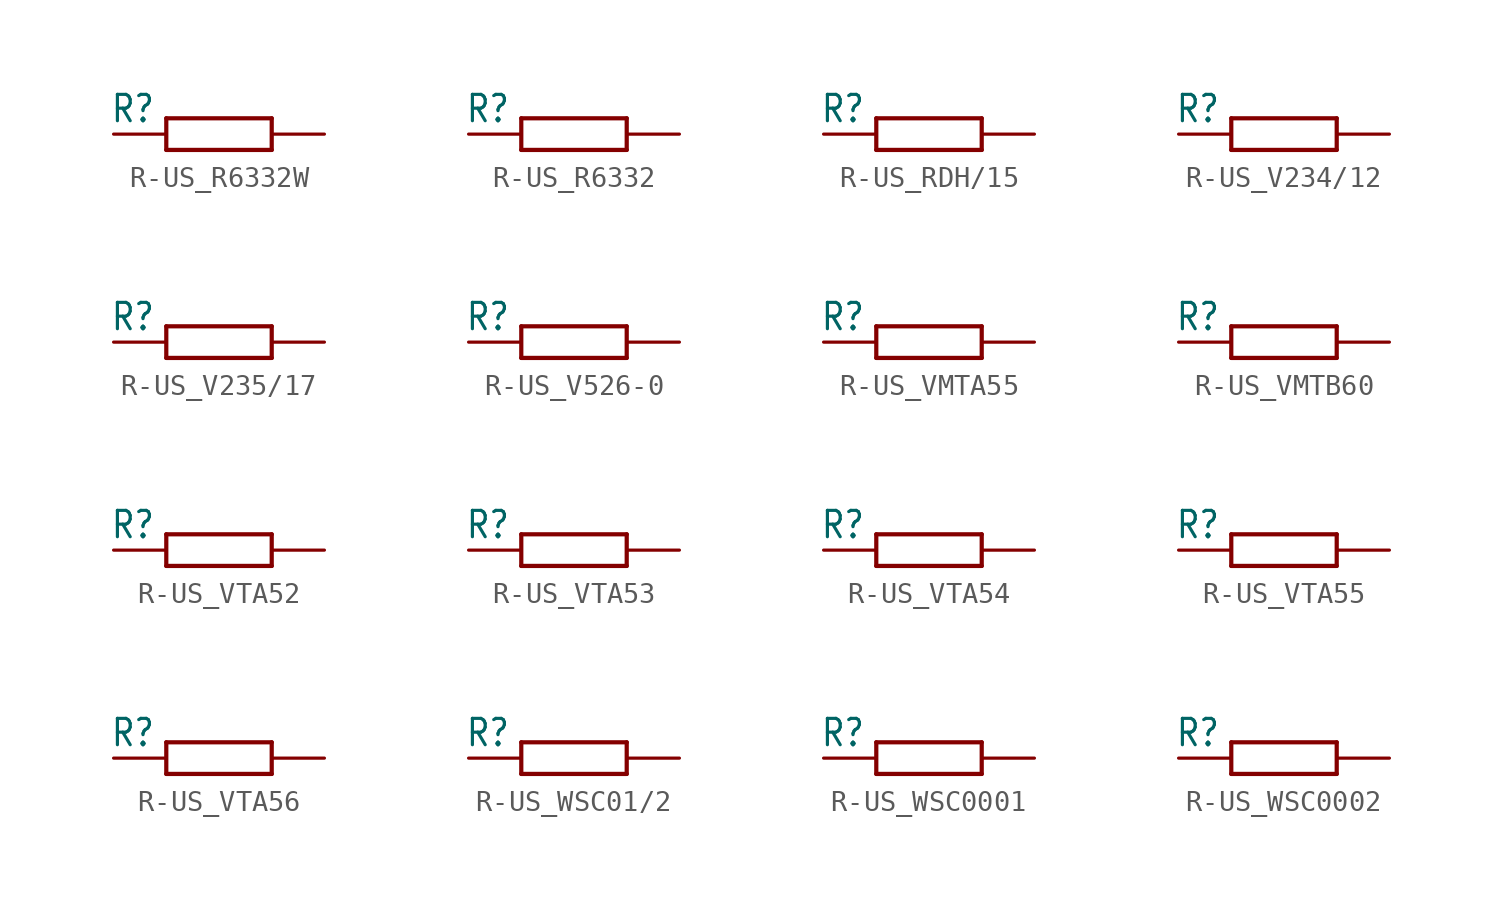
<source format=kicad_sym>
(kicad_symbol_lib
  (version 20231120)
  (generator "kicad_symbol_editor")
  (generator_version "8.99")
  (symbol "R-US_R6332W"
    (property "Reference" "R"
      (at -3.048 0.483 0)
      (effects (font (size 1.27 1.079)) (justify right bottom)))
    (property "Value" ""
      (at 0 0 0)
      (effects (font (size 1.016 0.864))))
    (property "ki_locked" ""
      (at 0 0 0)
      (effects (font (size 1.27 1.27))))
    (symbol "R-US_R6332W_1_0"
      (polyline (pts (xy -2.54 -0.762) (xy -2.54 0.762)) (stroke (width 0.203) (type solid)) (fill (type none)))
      (polyline (pts (xy -2.54 0.762) (xy 2.54 0.762)) (stroke (width 0.203) (type solid)) (fill (type none)))
      (polyline (pts (xy 2.54 -0.762) (xy -2.54 -0.762)) (stroke (width 0.203) (type solid)) (fill (type none)))
      (polyline (pts (xy 2.54 0.762) (xy 2.54 -0.762)) (stroke (width 0.203) (type solid)) (fill (type none)))
      (pin passive line (at -5.08 0 0) (length 2.54) (name "1" (effects (font (size 0 0)))) (number "1" (effects (font (size 0 0)))))
      (pin passive line (at 5.08 0 180) (length 2.54) (name "2" (effects (font (size 0 0)))) (number "2" (effects (font (size 0 0)))))))
  (symbol "R-US_R6332"
    (property "Reference" "R"
      (at -3.048 0.483 0)
      (effects (font (size 1.27 1.079)) (justify right bottom)))
    (property "Value" ""
      (at 0 0 0)
      (effects (font (size 1.016 0.864))))
    (property "ki_locked" ""
      (at 0 0 0)
      (effects (font (size 1.27 1.27))))
    (symbol "R-US_R6332_1_0"
      (polyline (pts (xy -2.54 -0.762) (xy -2.54 0.762)) (stroke (width 0.203) (type solid)) (fill (type none)))
      (polyline (pts (xy -2.54 0.762) (xy 2.54 0.762)) (stroke (width 0.203) (type solid)) (fill (type none)))
      (polyline (pts (xy 2.54 -0.762) (xy -2.54 -0.762)) (stroke (width 0.203) (type solid)) (fill (type none)))
      (polyline (pts (xy 2.54 0.762) (xy 2.54 -0.762)) (stroke (width 0.203) (type solid)) (fill (type none)))
      (pin passive line (at -5.08 0 0) (length 2.54) (name "1" (effects (font (size 0 0)))) (number "1" (effects (font (size 0 0)))))
      (pin passive line (at 5.08 0 180) (length 2.54) (name "2" (effects (font (size 0 0)))) (number "2" (effects (font (size 0 0)))))))
  (symbol "R-US_RDH/15"
    (property "Reference" "R"
      (at -3.048 0.483 0)
      (effects (font (size 1.27 1.079)) (justify right bottom)))
    (property "Value" ""
      (at 0 0 0)
      (effects (font (size 1.016 0.864))))
    (property "ki_locked" ""
      (at 0 0 0)
      (effects (font (size 1.27 1.27))))
    (symbol "R-US_RDH/15_1_0"
      (polyline (pts (xy -2.54 -0.762) (xy -2.54 0.762)) (stroke (width 0.203) (type solid)) (fill (type none)))
      (polyline (pts (xy -2.54 0.762) (xy 2.54 0.762)) (stroke (width 0.203) (type solid)) (fill (type none)))
      (polyline (pts (xy 2.54 -0.762) (xy -2.54 -0.762)) (stroke (width 0.203) (type solid)) (fill (type none)))
      (polyline (pts (xy 2.54 0.762) (xy 2.54 -0.762)) (stroke (width 0.203) (type solid)) (fill (type none)))
      (pin passive line (at -5.08 0 0) (length 2.54) (name "1" (effects (font (size 0 0)))) (number "1" (effects (font (size 0 0)))))
      (pin passive line (at 5.08 0 180) (length 2.54) (name "2" (effects (font (size 0 0)))) (number "2" (effects (font (size 0 0)))))))
  (symbol "R-US_V234/12"
    (property "Reference" "R"
      (at -3.048 0.483 0)
      (effects (font (size 1.27 1.079)) (justify right bottom)))
    (property "Value" ""
      (at 0 0 0)
      (effects (font (size 1.016 0.864))))
    (property "ki_locked" ""
      (at 0 0 0)
      (effects (font (size 1.27 1.27))))
    (symbol "R-US_V234/12_1_0"
      (polyline (pts (xy -2.54 -0.762) (xy -2.54 0.762)) (stroke (width 0.203) (type solid)) (fill (type none)))
      (polyline (pts (xy -2.54 0.762) (xy 2.54 0.762)) (stroke (width 0.203) (type solid)) (fill (type none)))
      (polyline (pts (xy 2.54 -0.762) (xy -2.54 -0.762)) (stroke (width 0.203) (type solid)) (fill (type none)))
      (polyline (pts (xy 2.54 0.762) (xy 2.54 -0.762)) (stroke (width 0.203) (type solid)) (fill (type none)))
      (pin passive line (at -5.08 0 0) (length 2.54) (name "1" (effects (font (size 0 0)))) (number "1" (effects (font (size 0 0)))))
      (pin passive line (at 5.08 0 180) (length 2.54) (name "2" (effects (font (size 0 0)))) (number "2" (effects (font (size 0 0)))))))
  (symbol "R-US_V235/17"
    (property "Reference" "R"
      (at -3.048 0.483 0)
      (effects (font (size 1.27 1.079)) (justify right bottom)))
    (property "Value" ""
      (at 0 0 0)
      (effects (font (size 1.016 0.864))))
    (property "ki_locked" ""
      (at 0 0 0)
      (effects (font (size 1.27 1.27))))
    (symbol "R-US_V235/17_1_0"
      (polyline (pts (xy -2.54 -0.762) (xy -2.54 0.762)) (stroke (width 0.203) (type solid)) (fill (type none)))
      (polyline (pts (xy -2.54 0.762) (xy 2.54 0.762)) (stroke (width 0.203) (type solid)) (fill (type none)))
      (polyline (pts (xy 2.54 -0.762) (xy -2.54 -0.762)) (stroke (width 0.203) (type solid)) (fill (type none)))
      (polyline (pts (xy 2.54 0.762) (xy 2.54 -0.762)) (stroke (width 0.203) (type solid)) (fill (type none)))
      (pin passive line (at -5.08 0 0) (length 2.54) (name "1" (effects (font (size 0 0)))) (number "1" (effects (font (size 0 0)))))
      (pin passive line (at 5.08 0 180) (length 2.54) (name "2" (effects (font (size 0 0)))) (number "2" (effects (font (size 0 0)))))))
  (symbol "R-US_V526-0"
    (property "Reference" "R"
      (at -3.048 0.483 0)
      (effects (font (size 1.27 1.079)) (justify right bottom)))
    (property "Value" ""
      (at 0 0 0)
      (effects (font (size 1.016 0.864))))
    (property "ki_locked" ""
      (at 0 0 0)
      (effects (font (size 1.27 1.27))))
    (symbol "R-US_V526-0_1_0"
      (polyline (pts (xy -2.54 -0.762) (xy -2.54 0.762)) (stroke (width 0.203) (type solid)) (fill (type none)))
      (polyline (pts (xy -2.54 0.762) (xy 2.54 0.762)) (stroke (width 0.203) (type solid)) (fill (type none)))
      (polyline (pts (xy 2.54 -0.762) (xy -2.54 -0.762)) (stroke (width 0.203) (type solid)) (fill (type none)))
      (polyline (pts (xy 2.54 0.762) (xy 2.54 -0.762)) (stroke (width 0.203) (type solid)) (fill (type none)))
      (pin passive line (at -5.08 0 0) (length 2.54) (name "1" (effects (font (size 0 0)))) (number "1" (effects (font (size 0 0)))))
      (pin passive line (at 5.08 0 180) (length 2.54) (name "2" (effects (font (size 0 0)))) (number "2" (effects (font (size 0 0)))))))
  (symbol "R-US_VMTA55"
    (property "Reference" "R"
      (at -3.048 0.483 0)
      (effects (font (size 1.27 1.079)) (justify right bottom)))
    (property "Value" ""
      (at 0 0 0)
      (effects (font (size 1.016 0.864))))
    (property "ki_locked" ""
      (at 0 0 0)
      (effects (font (size 1.27 1.27))))
    (symbol "R-US_VMTA55_1_0"
      (polyline (pts (xy -2.54 -0.762) (xy -2.54 0.762)) (stroke (width 0.203) (type solid)) (fill (type none)))
      (polyline (pts (xy -2.54 0.762) (xy 2.54 0.762)) (stroke (width 0.203) (type solid)) (fill (type none)))
      (polyline (pts (xy 2.54 -0.762) (xy -2.54 -0.762)) (stroke (width 0.203) (type solid)) (fill (type none)))
      (polyline (pts (xy 2.54 0.762) (xy 2.54 -0.762)) (stroke (width 0.203) (type solid)) (fill (type none)))
      (pin passive line (at -5.08 0 0) (length 2.54) (name "1" (effects (font (size 0 0)))) (number "1" (effects (font (size 0 0)))))
      (pin passive line (at 5.08 0 180) (length 2.54) (name "2" (effects (font (size 0 0)))) (number "2" (effects (font (size 0 0)))))))
  (symbol "R-US_VMTB60"
    (property "Reference" "R"
      (at -3.048 0.483 0)
      (effects (font (size 1.27 1.079)) (justify right bottom)))
    (property "Value" ""
      (at 0 0 0)
      (effects (font (size 1.016 0.864))))
    (property "ki_locked" ""
      (at 0 0 0)
      (effects (font (size 1.27 1.27))))
    (symbol "R-US_VMTB60_1_0"
      (polyline (pts (xy -2.54 -0.762) (xy -2.54 0.762)) (stroke (width 0.203) (type solid)) (fill (type none)))
      (polyline (pts (xy -2.54 0.762) (xy 2.54 0.762)) (stroke (width 0.203) (type solid)) (fill (type none)))
      (polyline (pts (xy 2.54 -0.762) (xy -2.54 -0.762)) (stroke (width 0.203) (type solid)) (fill (type none)))
      (polyline (pts (xy 2.54 0.762) (xy 2.54 -0.762)) (stroke (width 0.203) (type solid)) (fill (type none)))
      (pin passive line (at -5.08 0 0) (length 2.54) (name "1" (effects (font (size 0 0)))) (number "1" (effects (font (size 0 0)))))
      (pin passive line (at 5.08 0 180) (length 2.54) (name "2" (effects (font (size 0 0)))) (number "2" (effects (font (size 0 0)))))))
  (symbol "R-US_VTA52"
    (property "Reference" "R"
      (at -3.048 0.483 0)
      (effects (font (size 1.27 1.079)) (justify right bottom)))
    (property "Value" ""
      (at 0 0 0)
      (effects (font (size 1.016 0.864))))
    (property "ki_locked" ""
      (at 0 0 0)
      (effects (font (size 1.27 1.27))))
    (symbol "R-US_VTA52_1_0"
      (polyline (pts (xy -2.54 -0.762) (xy -2.54 0.762)) (stroke (width 0.203) (type solid)) (fill (type none)))
      (polyline (pts (xy -2.54 0.762) (xy 2.54 0.762)) (stroke (width 0.203) (type solid)) (fill (type none)))
      (polyline (pts (xy 2.54 -0.762) (xy -2.54 -0.762)) (stroke (width 0.203) (type solid)) (fill (type none)))
      (polyline (pts (xy 2.54 0.762) (xy 2.54 -0.762)) (stroke (width 0.203) (type solid)) (fill (type none)))
      (pin passive line (at -5.08 0 0) (length 2.54) (name "1" (effects (font (size 0 0)))) (number "1" (effects (font (size 0 0)))))
      (pin passive line (at 5.08 0 180) (length 2.54) (name "2" (effects (font (size 0 0)))) (number "2" (effects (font (size 0 0)))))))
  (symbol "R-US_VTA53"
    (property "Reference" "R"
      (at -3.048 0.483 0)
      (effects (font (size 1.27 1.079)) (justify right bottom)))
    (property "Value" ""
      (at 0 0 0)
      (effects (font (size 1.016 0.864))))
    (property "ki_locked" ""
      (at 0 0 0)
      (effects (font (size 1.27 1.27))))
    (symbol "R-US_VTA53_1_0"
      (polyline (pts (xy -2.54 -0.762) (xy -2.54 0.762)) (stroke (width 0.203) (type solid)) (fill (type none)))
      (polyline (pts (xy -2.54 0.762) (xy 2.54 0.762)) (stroke (width 0.203) (type solid)) (fill (type none)))
      (polyline (pts (xy 2.54 -0.762) (xy -2.54 -0.762)) (stroke (width 0.203) (type solid)) (fill (type none)))
      (polyline (pts (xy 2.54 0.762) (xy 2.54 -0.762)) (stroke (width 0.203) (type solid)) (fill (type none)))
      (pin passive line (at -5.08 0 0) (length 2.54) (name "1" (effects (font (size 0 0)))) (number "1" (effects (font (size 0 0)))))
      (pin passive line (at 5.08 0 180) (length 2.54) (name "2" (effects (font (size 0 0)))) (number "2" (effects (font (size 0 0)))))))
  (symbol "R-US_VTA54"
    (property "Reference" "R"
      (at -3.048 0.483 0)
      (effects (font (size 1.27 1.079)) (justify right bottom)))
    (property "Value" ""
      (at 0 0 0)
      (effects (font (size 1.016 0.864))))
    (property "ki_locked" ""
      (at 0 0 0)
      (effects (font (size 1.27 1.27))))
    (symbol "R-US_VTA54_1_0"
      (polyline (pts (xy -2.54 -0.762) (xy -2.54 0.762)) (stroke (width 0.203) (type solid)) (fill (type none)))
      (polyline (pts (xy -2.54 0.762) (xy 2.54 0.762)) (stroke (width 0.203) (type solid)) (fill (type none)))
      (polyline (pts (xy 2.54 -0.762) (xy -2.54 -0.762)) (stroke (width 0.203) (type solid)) (fill (type none)))
      (polyline (pts (xy 2.54 0.762) (xy 2.54 -0.762)) (stroke (width 0.203) (type solid)) (fill (type none)))
      (pin passive line (at -5.08 0 0) (length 2.54) (name "1" (effects (font (size 0 0)))) (number "1" (effects (font (size 0 0)))))
      (pin passive line (at 5.08 0 180) (length 2.54) (name "2" (effects (font (size 0 0)))) (number "2" (effects (font (size 0 0)))))))
  (symbol "R-US_VTA55"
    (property "Reference" "R"
      (at -3.048 0.483 0)
      (effects (font (size 1.27 1.079)) (justify right bottom)))
    (property "Value" ""
      (at 0 0 0)
      (effects (font (size 1.016 0.864))))
    (property "ki_locked" ""
      (at 0 0 0)
      (effects (font (size 1.27 1.27))))
    (symbol "R-US_VTA55_1_0"
      (polyline (pts (xy -2.54 -0.762) (xy -2.54 0.762)) (stroke (width 0.203) (type solid)) (fill (type none)))
      (polyline (pts (xy -2.54 0.762) (xy 2.54 0.762)) (stroke (width 0.203) (type solid)) (fill (type none)))
      (polyline (pts (xy 2.54 -0.762) (xy -2.54 -0.762)) (stroke (width 0.203) (type solid)) (fill (type none)))
      (polyline (pts (xy 2.54 0.762) (xy 2.54 -0.762)) (stroke (width 0.203) (type solid)) (fill (type none)))
      (pin passive line (at -5.08 0 0) (length 2.54) (name "1" (effects (font (size 0 0)))) (number "1" (effects (font (size 0 0)))))
      (pin passive line (at 5.08 0 180) (length 2.54) (name "2" (effects (font (size 0 0)))) (number "2" (effects (font (size 0 0)))))))
  (symbol "R-US_VTA56"
    (property "Reference" "R"
      (at -3.048 0.483 0)
      (effects (font (size 1.27 1.079)) (justify right bottom)))
    (property "Value" ""
      (at 0 0 0)
      (effects (font (size 1.016 0.864))))
    (property "ki_locked" ""
      (at 0 0 0)
      (effects (font (size 1.27 1.27))))
    (symbol "R-US_VTA56_1_0"
      (polyline (pts (xy -2.54 -0.762) (xy -2.54 0.762)) (stroke (width 0.203) (type solid)) (fill (type none)))
      (polyline (pts (xy -2.54 0.762) (xy 2.54 0.762)) (stroke (width 0.203) (type solid)) (fill (type none)))
      (polyline (pts (xy 2.54 -0.762) (xy -2.54 -0.762)) (stroke (width 0.203) (type solid)) (fill (type none)))
      (polyline (pts (xy 2.54 0.762) (xy 2.54 -0.762)) (stroke (width 0.203) (type solid)) (fill (type none)))
      (pin passive line (at -5.08 0 0) (length 2.54) (name "1" (effects (font (size 0 0)))) (number "1" (effects (font (size 0 0)))))
      (pin passive line (at 5.08 0 180) (length 2.54) (name "2" (effects (font (size 0 0)))) (number "2" (effects (font (size 0 0)))))))
  (symbol "R-US_WSC01/2"
    (property "Reference" "R"
      (at -3.048 0.483 0)
      (effects (font (size 1.27 1.079)) (justify right bottom)))
    (property "Value" ""
      (at 0 0 0)
      (effects (font (size 1.016 0.864))))
    (property "ki_locked" ""
      (at 0 0 0)
      (effects (font (size 1.27 1.27))))
    (symbol "R-US_WSC01/2_1_0"
      (polyline (pts (xy -2.54 -0.762) (xy -2.54 0.762)) (stroke (width 0.203) (type solid)) (fill (type none)))
      (polyline (pts (xy -2.54 0.762) (xy 2.54 0.762)) (stroke (width 0.203) (type solid)) (fill (type none)))
      (polyline (pts (xy 2.54 -0.762) (xy -2.54 -0.762)) (stroke (width 0.203) (type solid)) (fill (type none)))
      (polyline (pts (xy 2.54 0.762) (xy 2.54 -0.762)) (stroke (width 0.203) (type solid)) (fill (type none)))
      (pin passive line (at -5.08 0 0) (length 2.54) (name "1" (effects (font (size 0 0)))) (number "1" (effects (font (size 0 0)))))
      (pin passive line (at 5.08 0 180) (length 2.54) (name "2" (effects (font (size 0 0)))) (number "2" (effects (font (size 0 0)))))))
  (symbol "R-US_WSC0001"
    (property "Reference" "R"
      (at -3.048 0.483 0)
      (effects (font (size 1.27 1.079)) (justify right bottom)))
    (property "Value" ""
      (at 0 0 0)
      (effects (font (size 1.016 0.864))))
    (property "ki_locked" ""
      (at 0 0 0)
      (effects (font (size 1.27 1.27))))
    (symbol "R-US_WSC0001_1_0"
      (polyline (pts (xy -2.54 -0.762) (xy -2.54 0.762)) (stroke (width 0.203) (type solid)) (fill (type none)))
      (polyline (pts (xy -2.54 0.762) (xy 2.54 0.762)) (stroke (width 0.203) (type solid)) (fill (type none)))
      (polyline (pts (xy 2.54 -0.762) (xy -2.54 -0.762)) (stroke (width 0.203) (type solid)) (fill (type none)))
      (polyline (pts (xy 2.54 0.762) (xy 2.54 -0.762)) (stroke (width 0.203) (type solid)) (fill (type none)))
      (pin passive line (at -5.08 0 0) (length 2.54) (name "1" (effects (font (size 0 0)))) (number "1" (effects (font (size 0 0)))))
      (pin passive line (at 5.08 0 180) (length 2.54) (name "2" (effects (font (size 0 0)))) (number "2" (effects (font (size 0 0)))))))
  (symbol "R-US_WSC0002"
    (property "Reference" "R"
      (at -3.048 0.483 0)
      (effects (font (size 1.27 1.079)) (justify right bottom)))
    (property "Value" ""
      (at 0 0 0)
      (effects (font (size 1.016 0.864))))
    (property "ki_locked" ""
      (at 0 0 0)
      (effects (font (size 1.27 1.27))))
    (symbol "R-US_WSC0002_1_0"
      (polyline (pts (xy -2.54 -0.762) (xy -2.54 0.762)) (stroke (width 0.203) (type solid)) (fill (type none)))
      (polyline (pts (xy -2.54 0.762) (xy 2.54 0.762)) (stroke (width 0.203) (type solid)) (fill (type none)))
      (polyline (pts (xy 2.54 -0.762) (xy -2.54 -0.762)) (stroke (width 0.203) (type solid)) (fill (type none)))
      (polyline (pts (xy 2.54 0.762) (xy 2.54 -0.762)) (stroke (width 0.203) (type solid)) (fill (type none)))
      (pin passive line (at -5.08 0 0) (length 2.54) (name "1" (effects (font (size 0 0)))) (number "1" (effects (font (size 0 0)))))
      (pin passive line (at 5.08 0 180) (length 2.54) (name "2" (effects (font (size 0 0)))) (number "2" (effects (font (size 0 0))))))))
</source>
